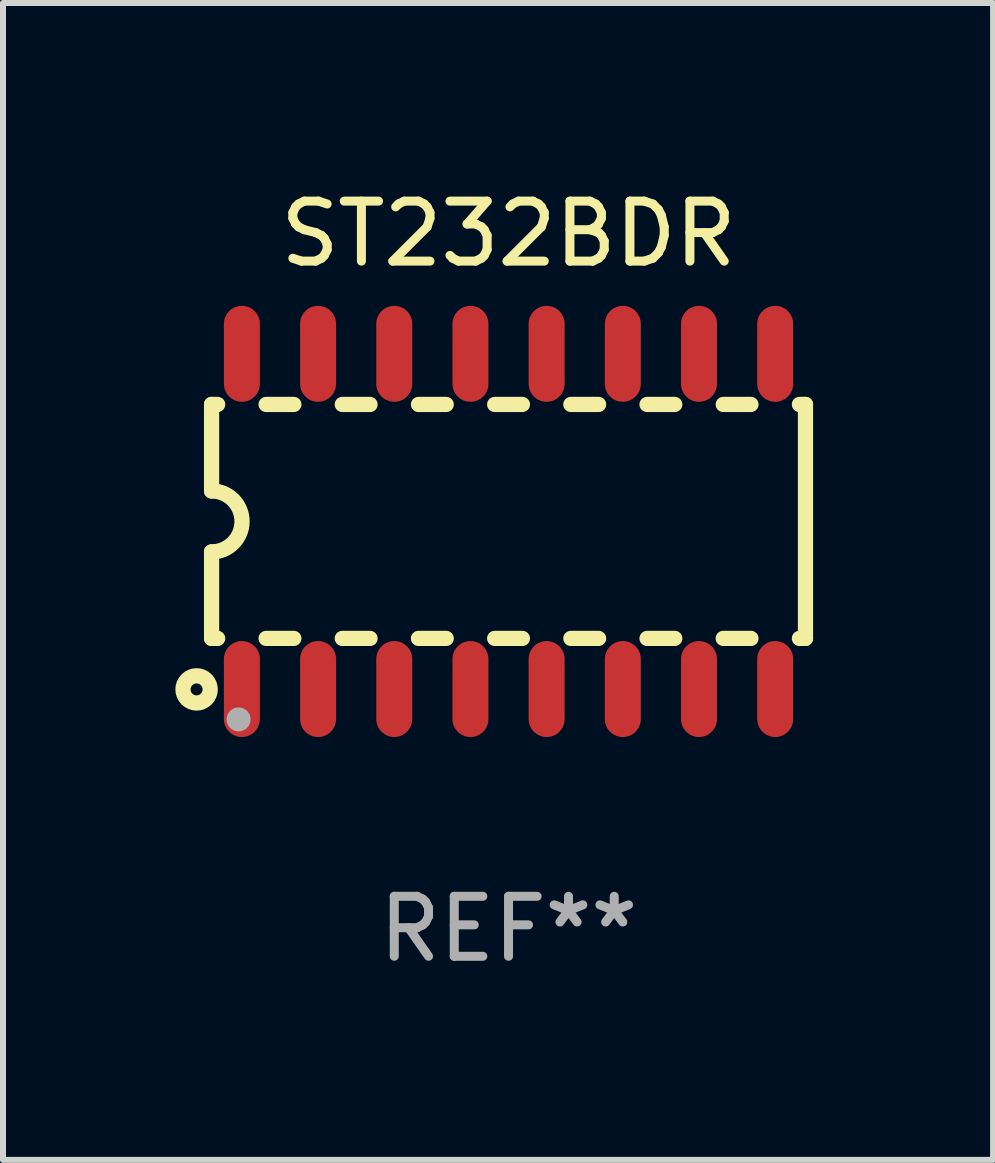
<source format=kicad_pcb>
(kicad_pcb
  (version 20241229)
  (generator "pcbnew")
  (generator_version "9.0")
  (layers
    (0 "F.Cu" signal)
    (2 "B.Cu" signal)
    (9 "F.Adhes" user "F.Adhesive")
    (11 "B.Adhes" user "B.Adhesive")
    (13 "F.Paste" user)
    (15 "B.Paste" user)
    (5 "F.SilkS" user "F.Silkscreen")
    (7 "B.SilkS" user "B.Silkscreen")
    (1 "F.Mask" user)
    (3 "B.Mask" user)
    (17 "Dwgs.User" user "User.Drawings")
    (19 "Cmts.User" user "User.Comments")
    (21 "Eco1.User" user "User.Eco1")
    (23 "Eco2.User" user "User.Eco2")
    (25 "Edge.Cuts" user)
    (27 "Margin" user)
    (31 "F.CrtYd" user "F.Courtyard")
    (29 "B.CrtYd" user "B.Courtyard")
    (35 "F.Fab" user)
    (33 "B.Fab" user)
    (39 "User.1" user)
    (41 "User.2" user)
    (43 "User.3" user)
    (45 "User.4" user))
  (footprint "ST232BDR"
    (layer "F.Cu")
    (at 5.427 5.642)
    (property "Reference" "ST232BDR" (at 0 -4.794 0) (layer "F.SilkS") (effects (font (size 1 1) (thickness 0.15))))
    (attr through_hole)
    (fp_line (start -4.95 -1.95) (end -4.95 -0.508) (stroke (width 0.254) (type solid)) (layer "F.SilkS"))
    (fp_line (start -4.95 -1.95) (end -4.849 -1.95) (stroke (width 0.254) (type solid)) (layer "F.SilkS"))
    (fp_line (start -4.95 1.95) (end -4.95 0.508) (stroke (width 0.254) (type solid)) (layer "F.SilkS"))
    (fp_line (start -4.95 1.95) (end -4.849 1.95) (stroke (width 0.254) (type solid)) (layer "F.SilkS"))
    (fp_line (start -4.041 -1.95) (end -3.579 -1.95) (stroke (width 0.254) (type solid)) (layer "F.SilkS"))
    (fp_line (start -4.041 1.95) (end -3.579 1.95) (stroke (width 0.254) (type solid)) (layer "F.SilkS"))
    (fp_line (start -2.771 -1.95) (end -2.309 -1.95) (stroke (width 0.254) (type solid)) (layer "F.SilkS"))
    (fp_line (start -2.771 1.95) (end -2.309 1.95) (stroke (width 0.254) (type solid)) (layer "F.SilkS"))
    (fp_line (start -1.501 -1.95) (end -1.039 -1.95) (stroke (width 0.254) (type solid)) (layer "F.SilkS"))
    (fp_line (start -1.501 1.95) (end -1.039 1.95) (stroke (width 0.254) (type solid)) (layer "F.SilkS"))
    (fp_line (start -0.231 -1.95) (end 0.231 -1.95) (stroke (width 0.254) (type solid)) (layer "F.SilkS"))
    (fp_line (start -0.231 1.95) (end 0.231 1.95) (stroke (width 0.254) (type solid)) (layer "F.SilkS"))
    (fp_line (start 1.039 -1.95) (end 1.501 -1.95) (stroke (width 0.254) (type solid)) (layer "F.SilkS"))
    (fp_line (start 1.039 1.95) (end 1.501 1.95) (stroke (width 0.254) (type solid)) (layer "F.SilkS"))
    (fp_line (start 2.309 -1.95) (end 2.771 -1.95) (stroke (width 0.254) (type solid)) (layer "F.SilkS"))
    (fp_line (start 2.309 1.95) (end 2.771 1.95) (stroke (width 0.254) (type solid)) (layer "F.SilkS"))
    (fp_line (start 3.579 -1.95) (end 4.041 -1.95) (stroke (width 0.254) (type solid)) (layer "F.SilkS"))
    (fp_line (start 3.579 1.95) (end 4.041 1.95) (stroke (width 0.254) (type solid)) (layer "F.SilkS"))
    (fp_line (start 4.849 -1.95) (end 4.95 -1.95) (stroke (width 0.254) (type solid)) (layer "F.SilkS"))
    (fp_line (start 4.849 1.95) (end 4.95 1.95) (stroke (width 0.254) (type solid)) (layer "F.SilkS"))
    (fp_line (start 4.95 -1.95) (end 4.95 1.95) (stroke (width 0.254) (type solid)) (layer "F.SilkS"))
    (fp_arc (start -4.95047 -0.508001) (mid -4.442469 -0.000228) (end -4.950013 0.508001) (stroke (width 0.254001) (type solid)) (layer "F.SilkS"))
    (fp_circle (center -5.2 2.8) (end -5.1 2.8) (stroke (width 0.254) (type solid)) (fill no) (layer "F.SilkS"))
    (fp_circle (center -4.95 2.947) (end -4.92 2.947) (stroke (width 0.06) (type solid)) (fill no) (layer "F.SilkS"))
    (fp_circle (center -4.5 3.3) (end -4.4 3.3) (stroke (width 0.2) (type solid)) (fill no) (layer "F.Fab"))
    (fp_text user "REF**" (at 0 6.794 0) (layer "F.Fab") (effects (font (size 1 1) (thickness 0.15))))
    (pad "1" smd oval (at -4.445 2.794) (size 0.6 1.6) (layers "F.Cu" "F.Mask" "F.Paste"))
    (pad "2" smd oval (at -3.175 2.794) (size 0.6 1.6) (layers "F.Cu" "F.Mask" "F.Paste"))
    (pad "3" smd oval (at -1.905 2.794) (size 0.6 1.6) (layers "F.Cu" "F.Mask" "F.Paste"))
    (pad "4" smd oval (at -0.635 2.794) (size 0.6 1.6) (layers "F.Cu" "F.Mask" "F.Paste"))
    (pad "5" smd oval (at 0.635 2.794) (size 0.6 1.6) (layers "F.Cu" "F.Mask" "F.Paste"))
    (pad "6" smd oval (at 1.905 2.794) (size 0.6 1.6) (layers "F.Cu" "F.Mask" "F.Paste"))
    (pad "7" smd oval (at 3.175 2.794) (size 0.6 1.6) (layers "F.Cu" "F.Mask" "F.Paste"))
    (pad "8" smd oval (at 4.445 2.794) (size 0.6 1.6) (layers "F.Cu" "F.Mask" "F.Paste"))
    (pad "9" smd oval (at 4.445 -2.794) (size 0.6 1.6) (layers "F.Cu" "F.Mask" "F.Paste"))
    (pad "10" smd oval (at 3.175 -2.794) (size 0.6 1.6) (layers "F.Cu" "F.Mask" "F.Paste"))
    (pad "11" smd oval (at 1.905 -2.794) (size 0.6 1.6) (layers "F.Cu" "F.Mask" "F.Paste"))
    (pad "12" smd oval (at 0.635 -2.794) (size 0.6 1.6) (layers "F.Cu" "F.Mask" "F.Paste"))
    (pad "13" smd oval (at -0.635 -2.794) (size 0.6 1.6) (layers "F.Cu" "F.Mask" "F.Paste"))
    (pad "14" smd oval (at -1.905 -2.794) (size 0.6 1.6) (layers "F.Cu" "F.Mask" "F.Paste"))
    (pad "15" smd oval (at -3.175 -2.794) (size 0.6 1.6) (layers "F.Cu" "F.Mask" "F.Paste"))
    (pad "16" smd oval (at -4.445 -2.794) (size 0.6 1.6) (layers "F.Cu" "F.Mask" "F.Paste")))
  (gr_rect
    (start -3 -3)
    (end 13.504 16.285)
    (stroke (width 0.1) (type default))
    (fill no)
    (layer "Edge.Cuts")))
</source>
